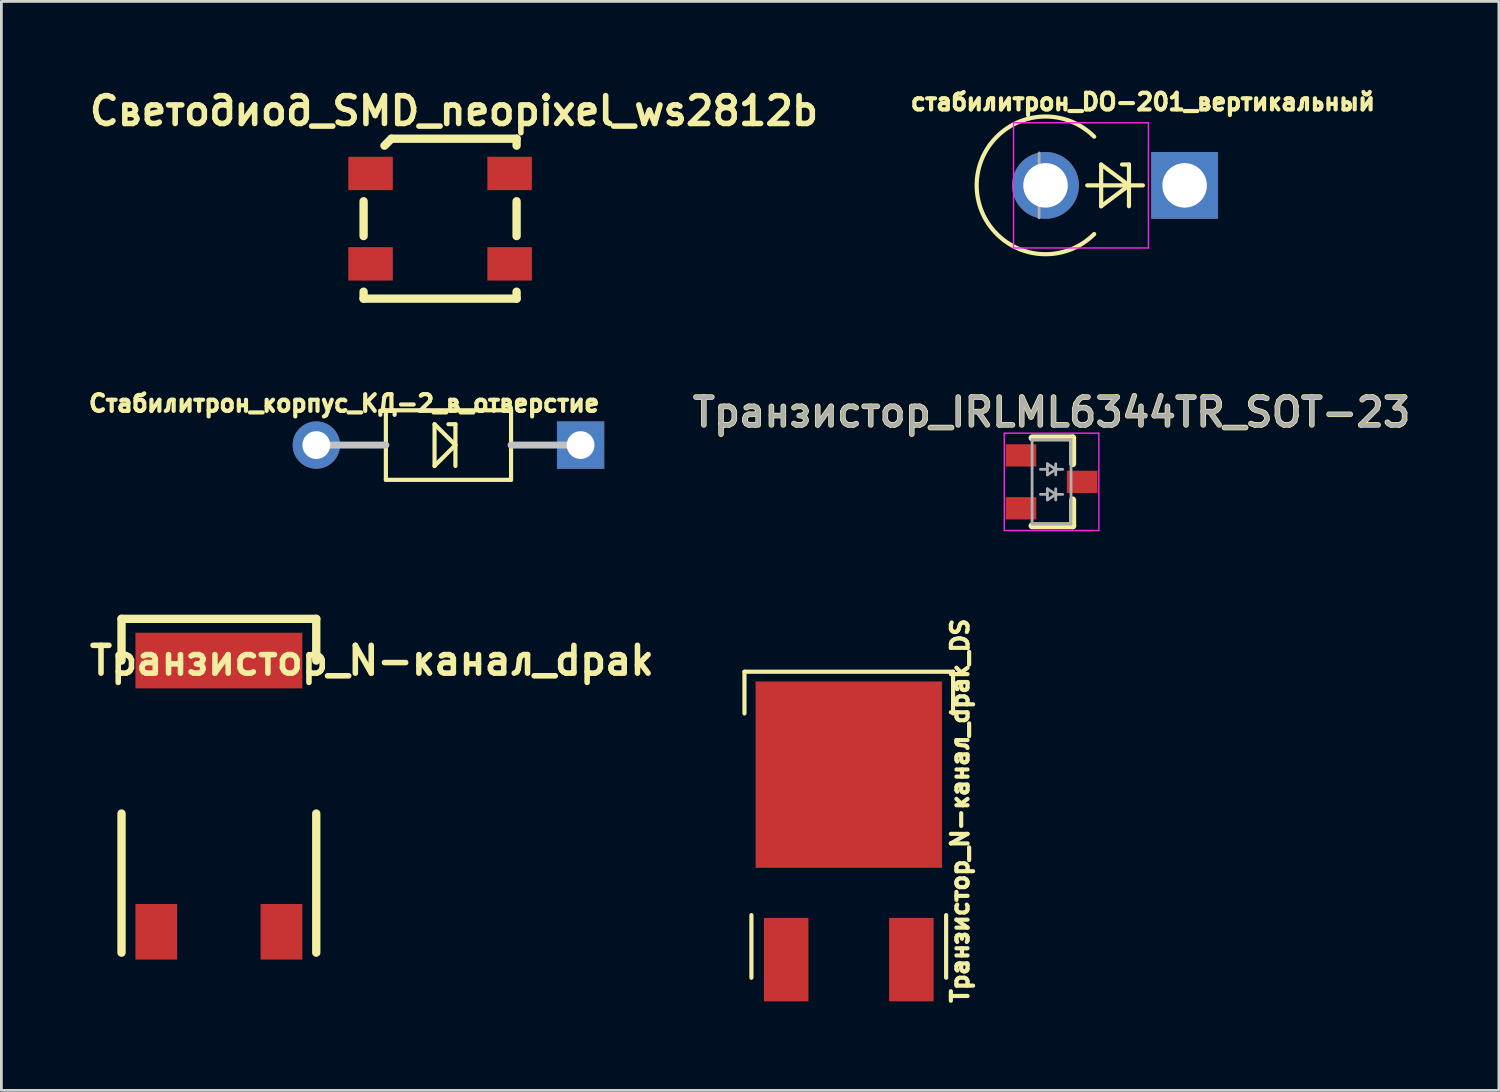
<source format=kicad_pcb>
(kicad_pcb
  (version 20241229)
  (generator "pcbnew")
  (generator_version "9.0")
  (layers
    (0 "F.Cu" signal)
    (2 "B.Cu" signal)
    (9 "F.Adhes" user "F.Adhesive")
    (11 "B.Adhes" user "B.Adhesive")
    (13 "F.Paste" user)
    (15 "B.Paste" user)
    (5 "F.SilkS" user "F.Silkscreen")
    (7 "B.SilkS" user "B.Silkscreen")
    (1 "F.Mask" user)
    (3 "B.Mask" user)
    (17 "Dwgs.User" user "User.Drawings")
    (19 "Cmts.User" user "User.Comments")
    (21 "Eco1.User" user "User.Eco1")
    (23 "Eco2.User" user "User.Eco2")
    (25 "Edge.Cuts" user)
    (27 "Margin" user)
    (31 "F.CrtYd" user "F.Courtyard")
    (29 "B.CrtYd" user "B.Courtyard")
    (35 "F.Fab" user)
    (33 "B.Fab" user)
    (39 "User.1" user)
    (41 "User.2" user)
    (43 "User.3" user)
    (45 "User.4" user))
  (footprint "Транзистор_N-канал_dpak"
    (layer "F.Cu")
    (at 4.819 26.697)
    (property "Reference" "Транзистор_N-канал_dpak" (at 5.5 -6 0) (layer "F.SilkS") (effects (font (size 1 1) (thickness 0.2))))
    (attr through_hole)
    (fp_line (start -3.5 -7.5) (end -3.5 -6) (stroke (width 0.3) (type solid)) (layer "F.SilkS"))
    (fp_line (start -3.5 -7.5) (end 3.5 -7.5) (stroke (width 0.3) (type solid)) (layer "F.SilkS"))
    (fp_line (start -3.5 -0.5) (end -3.5 4.5) (stroke (width 0.3) (type solid)) (layer "F.SilkS"))
    (fp_line (start 3.5 -6) (end 3.5 -7.5) (stroke (width 0.3) (type solid)) (layer "F.SilkS"))
    (fp_line (start 3.5 -0.5) (end 3.5 4.5) (stroke (width 0.3) (type solid)) (layer "F.SilkS"))
    (pad "1" smd rect (at -2.25 3.75) (size 1.5 2) (layers "F.Cu" "F.Mask" "F.Paste"))
    (pad "2" smd rect (at 0 -6) (size 6 2) (layers "F.Cu" "F.Mask" "F.Paste"))
    (pad "3" smd rect (at 2.25 3.75) (size 1.5 2) (layers "F.Cu" "F.Mask" "F.Paste")))
  (footprint "Транзистор_N-канал_dpak_DS"
    (layer "F.Cu")
    (at 27.463 29.098)
    (property "Reference" "Транзистор_N-канал_dpak_DS" (at 4 -3 90) (layer "F.SilkS") (effects (font (size 0.6 0.6) (thickness 0.15))))
    (attr through_hole)
    (fp_line (start -3.75 -8) (end -3.75 -6.5) (stroke (width 0.15) (type solid)) (layer "F.SilkS"))
    (fp_line (start -3.75 -8) (end 3.75 -8) (stroke (width 0.15) (type solid)) (layer "F.SilkS"))
    (fp_line (start -3.5 0.75) (end -3.5 3) (stroke (width 0.15) (type solid)) (layer "F.SilkS"))
    (fp_line (start 3.5 0.75) (end 3.5 3) (stroke (width 0.15) (type solid)) (layer "F.SilkS"))
    (fp_line (start 3.75 -6.5) (end 3.75 -8) (stroke (width 0.15) (type solid)) (layer "F.SilkS"))
    (pad "1" smd rect (at -2.25 2.35) (size 1.6 3) (layers "F.Cu" "F.Mask" "F.Paste"))
    (pad "2" smd rect (at 0 -4.3) (size 6.7 6.7) (layers "F.Cu" "F.Mask" "F.Paste"))
    (pad "3" smd rect (at 2.25 2.35) (size 1.6 3) (layers "F.Cu" "F.Mask" "F.Paste")))
  (footprint "Стабилитрон_корпус_КД-2_в_отверстие"
    (layer "F.Cu")
    (at 8.322 12.95)
    (property "Reference" "Стабилитрон_корпус_КД-2_в_отверстие" (at 1 -1.5 0) (layer "F.SilkS") (effects (font (size 0.6 0.6) (thickness 0.15))))
    (attr through_hole)
    (fp_line (start 2.5 -1.25) (end 7 -1.25) (stroke (width 0.15) (type solid)) (layer "F.SilkS"))
    (fp_line (start 2.5 1.25) (end 2.5 -1.25) (stroke (width 0.15) (type solid)) (layer "F.SilkS"))
    (fp_line (start 4.25 -0.75) (end 4.25 0.75) (stroke (width 0.15) (type solid)) (layer "F.SilkS"))
    (fp_line (start 4.25 0.75) (end 5 0) (stroke (width 0.15) (type solid)) (layer "F.SilkS"))
    (fp_line (start 5 -0.75) (end 4.75 -0.75) (stroke (width 0.15) (type solid)) (layer "F.SilkS"))
    (fp_line (start 5 -0.75) (end 5 0.75) (stroke (width 0.15) (type solid)) (layer "F.SilkS"))
    (fp_line (start 5 0) (end 4.25 -0.75) (stroke (width 0.15) (type solid)) (layer "F.SilkS"))
    (fp_line (start 7 -1.25) (end 7 1.25) (stroke (width 0.15) (type solid)) (layer "F.SilkS"))
    (fp_line (start 7 1.25) (end 2.5 1.25) (stroke (width 0.15) (type solid)) (layer "F.SilkS"))
    (fp_line (start 0 0) (end 2.5 0) (stroke (width 0.25) (type solid)) (layer "Dwgs.User"))
    (fp_line (start 7 0) (end 9.5 0) (stroke (width 0.25) (type solid)) (layer "Dwgs.User"))
    (pad "A" thru_hole circle (at 0 0) (size 1.7 1.7) (drill 1) (layers "*.Cu" "*.Mask"))
    (pad "K" thru_hole rect (at 9.5 0) (size 1.7 1.7) (drill 1) (layers "*.Cu" "*.Mask")))
  (footprint "Светодиод_SMD_neopixel_ws2812b"
    (layer "F.Cu")
    (at 10.271 3.186)
    (property "Reference" "Светодиод_SMD_neopixel_ws2812b" (at 3 -2.25 0) (layer "F.SilkS") (effects (font (size 1 1) (thickness 0.2))))
    (attr through_hole)
    (fp_line (start -0.25 1) (end -0.25 2.25) (stroke (width 0.3) (type solid)) (layer "F.SilkS"))
    (fp_line (start -0.25 4.25) (end -0.25 4.5) (stroke (width 0.3) (type solid)) (layer "F.SilkS"))
    (fp_line (start -0.25 4.5) (end 5.25 4.5) (stroke (width 0.3) (type solid)) (layer "F.SilkS"))
    (fp_line (start 0.75 -1.25) (end 0.5 -1) (stroke (width 0.3) (type solid)) (layer "F.SilkS"))
    (fp_line (start 0.75 -1.25) (end 5.25 -1.25) (stroke (width 0.3) (type solid)) (layer "F.SilkS"))
    (fp_line (start 5.25 -1) (end 5.25 -1.25) (stroke (width 0.3) (type solid)) (layer "F.SilkS"))
    (fp_line (start 5.25 1) (end 5.25 2.25) (stroke (width 0.3) (type solid)) (layer "F.SilkS"))
    (fp_line (start 5.25 4.25) (end 5.25 4.5) (stroke (width 0.3) (type solid)) (layer "F.SilkS"))
    (pad "1" smd rect (at 0 0) (size 1.6 1.2) (layers "F.Cu" "F.Mask" "F.Paste"))
    (pad "2" smd rect (at 0 3.25) (size 1.6 1.2) (layers "F.Cu" "F.Mask" "F.Paste"))
    (pad "3" smd rect (at 5 3.25) (size 1.6 1.2) (layers "F.Cu" "F.Mask" "F.Paste"))
    (pad "4" smd rect (at 5 0) (size 1.6 1.2) (layers "F.Cu" "F.Mask" "F.Paste")))
  (footprint "стабилитрон_DO-201_вертикальный"
    (layer "F.Cu")
    (at 34.536 3.614)
    (property "Reference" "стабилитрон_DO-201_вертикальный" (at 3.5 -3 0) (layer "F.SilkS") (effects (font (size 0.6 0.6) (thickness 0.15))))
    (attr through_hole)
    (fp_line (start 1.5 0) (end 3.5 0) (stroke (width 0.15) (type solid)) (layer "F.SilkS"))
    (fp_line (start 2 -0.75) (end 3 0) (stroke (width 0.15) (type solid)) (layer "F.SilkS"))
    (fp_line (start 2 0.75) (end 2 -0.75) (stroke (width 0.15) (type solid)) (layer "F.SilkS"))
    (fp_line (start 3 -0.75) (end 2.75 -0.75) (stroke (width 0.15) (type solid)) (layer "F.SilkS"))
    (fp_line (start 3 0) (end 2 0.75) (stroke (width 0.15) (type solid)) (layer "F.SilkS"))
    (fp_line (start 3 0.75) (end 3 -0.75) (stroke (width 0.15) (type solid)) (layer "F.SilkS"))
    (fp_arc (start 1.749999 1.749999) (mid -2.474872 0) (end 1.749999 -1.749999) (stroke (width 0.15) (type solid)) (layer "F.SilkS"))
    (fp_line (start -1.15 -2.25) (end -1.15 2.25) (stroke (width 0.05) (type solid)) (layer "F.CrtYd"))
    (fp_line (start -1.15 2.25) (end 3.7 2.25) (stroke (width 0.05) (type solid)) (layer "F.CrtYd"))
    (fp_line (start 3.7 -2.25) (end -1.15 -2.25) (stroke (width 0.05) (type solid)) (layer "F.CrtYd"))
    (fp_line (start 3.7 2.25) (end 3.7 -2.25) (stroke (width 0.05) (type solid)) (layer "F.CrtYd"))
    (fp_line (start -0.23 -1.166) (end -0.23 1.166) (stroke (width 0.1) (type solid)) (layer "F.Fab"))
    (pad "1" thru_hole circle (at 0 0) (size 2.4 2.4) (drill 1.6) (layers "*.Cu" "*.Mask"))
    (pad "2" thru_hole rect (at 5 0) (size 2.4 2.4) (drill 1.6) (layers "*.Cu" "*.Mask")))
  (footprint "Транзистор_IRLML6344TR_SOT-23"
    (layer "F.Cu")
    (at 34.753 14.272)
    (property "Reference" "Транзистор_IRLML6344TR_SOT-23" (at 0 -2.5 0) (layer "F.SilkS") (effects (font (size 1 1) (thickness 0.2))))
    (attr smd)
    (fp_line (start 0.76 -1.58) (end -0.7 -1.58) (stroke (width 0.25) (type solid)) (layer "F.SilkS"))
    (fp_line (start 0.76 -1.58) (end 0.76 -0.65) (stroke (width 0.25) (type solid)) (layer "F.SilkS"))
    (fp_line (start 0.76 1.58) (end -0.7 1.58) (stroke (width 0.25) (type solid)) (layer "F.SilkS"))
    (fp_line (start 0.76 1.58) (end 0.76 0.65) (stroke (width 0.25) (type solid)) (layer "F.SilkS"))
    (fp_line (start -1.7 -1.75) (end 1.7 -1.75) (stroke (width 0.05) (type solid)) (layer "F.CrtYd"))
    (fp_line (start -1.7 1.75) (end -1.7 -1.75) (stroke (width 0.05) (type solid)) (layer "F.CrtYd"))
    (fp_line (start 1.7 -1.75) (end 1.7 1.75) (stroke (width 0.05) (type solid)) (layer "F.CrtYd"))
    (fp_line (start 1.7 1.75) (end -1.7 1.75) (stroke (width 0.05) (type solid)) (layer "F.CrtYd"))
    (fp_line (start -0.7 -1.52) (end -0.7 1.52) (stroke (width 0.1) (type solid)) (layer "F.Fab"))
    (fp_line (start -0.7 -1.52) (end 0.7 -1.52) (stroke (width 0.1) (type solid)) (layer "F.Fab"))
    (fp_line (start -0.7 1.52) (end 0.7 1.52) (stroke (width 0.1) (type solid)) (layer "F.Fab"))
    (fp_line (start -0.15 -0.65) (end -0.15 -0.25) (stroke (width 0.1) (type solid)) (layer "F.Fab"))
    (fp_line (start -0.15 -0.45) (end -0.4 -0.45) (stroke (width 0.1) (type solid)) (layer "F.Fab"))
    (fp_line (start -0.15 -0.25) (end 0.15 -0.45) (stroke (width 0.1) (type solid)) (layer "F.Fab"))
    (fp_line (start -0.15 0.25) (end -0.15 0.65) (stroke (width 0.1) (type solid)) (layer "F.Fab"))
    (fp_line (start -0.15 0.45) (end -0.4 0.45) (stroke (width 0.1) (type solid)) (layer "F.Fab"))
    (fp_line (start -0.15 0.65) (end 0.15 0.45) (stroke (width 0.1) (type solid)) (layer "F.Fab"))
    (fp_line (start 0.15 -0.65) (end 0.15 -0.25) (stroke (width 0.1) (type solid)) (layer "F.Fab"))
    (fp_line (start 0.15 -0.45) (end -0.15 -0.65) (stroke (width 0.1) (type solid)) (layer "F.Fab"))
    (fp_line (start 0.15 -0.45) (end 0.4 -0.45) (stroke (width 0.1) (type solid)) (layer "F.Fab"))
    (fp_line (start 0.15 0.25) (end 0.15 0.65) (stroke (width 0.1) (type solid)) (layer "F.Fab"))
    (fp_line (start 0.15 0.45) (end -0.15 0.25) (stroke (width 0.1) (type solid)) (layer "F.Fab"))
    (fp_line (start 0.15 0.45) (end 0.4 0.45) (stroke (width 0.1) (type solid)) (layer "F.Fab"))
    (fp_line (start 0.7 -1.52) (end 0.7 1.52) (stroke (width 0.1) (type solid)) (layer "F.Fab"))
    (fp_text user "${REFERENCE}" (at 0 -2.5 0) (layer "F.Fab") (effects (font (size 1 1) (thickness 0.15))))
    (pad "1" smd rect (at -1.1 -0.95) (size 1.1 0.8) (layers "F.Cu" "F.Mask" "F.Paste"))
    (pad "2" smd rect (at -1.1 0.95) (size 1.1 0.8) (layers "F.Cu" "F.Mask" "F.Paste"))
    (pad "3" smd rect (at 1.1 0) (size 1.1 0.8) (layers "F.Cu" "F.Mask" "F.Paste")))
  (gr_rect
    (start -3 -3)
    (end 50.834 36.148)
    (stroke (width 0.1) (type default))
    (fill no)
    (layer "Edge.Cuts")))
</source>
